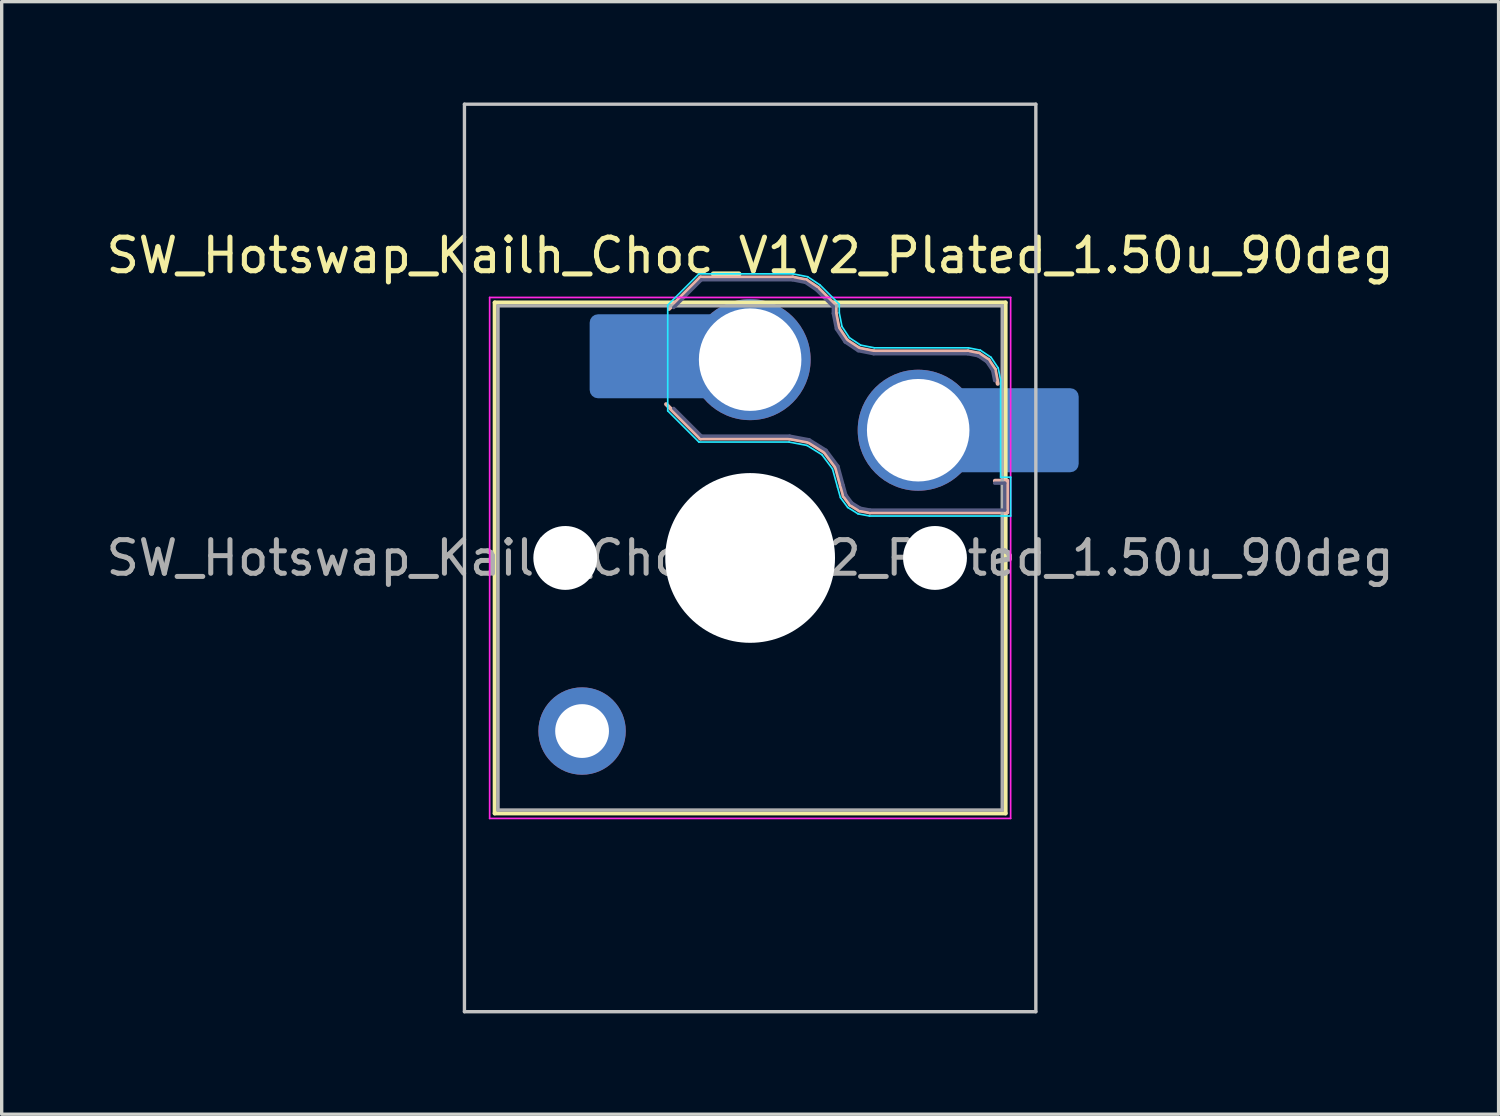
<source format=kicad_pcb>
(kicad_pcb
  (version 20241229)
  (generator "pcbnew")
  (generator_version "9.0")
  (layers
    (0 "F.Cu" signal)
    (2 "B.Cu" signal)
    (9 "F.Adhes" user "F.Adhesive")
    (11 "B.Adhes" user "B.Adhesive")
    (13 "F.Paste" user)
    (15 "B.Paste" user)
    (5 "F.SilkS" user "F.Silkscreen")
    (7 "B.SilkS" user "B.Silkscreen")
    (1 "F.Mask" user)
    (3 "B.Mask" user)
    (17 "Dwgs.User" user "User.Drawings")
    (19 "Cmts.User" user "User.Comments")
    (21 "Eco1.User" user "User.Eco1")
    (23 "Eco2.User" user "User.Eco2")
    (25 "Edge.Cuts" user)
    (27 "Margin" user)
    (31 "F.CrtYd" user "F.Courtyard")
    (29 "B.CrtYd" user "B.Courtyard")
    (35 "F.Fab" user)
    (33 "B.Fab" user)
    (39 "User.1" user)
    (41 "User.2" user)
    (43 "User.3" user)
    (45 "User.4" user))
  (footprint "SW_Hotswap_Kailh_Choc_V1V2_Plated_1.50u_90deg"
    (layer "F.Cu")
    (at 19.268 13.55)
    (property "Reference" "SW_Hotswap_Kailh_Choc_V1V2_Plated_1.50u_90deg" (at 0 -9 0) (layer "F.SilkS") (effects (font (size 1 1) (thickness 0.15))))
    (attr smd)
    (fp_line (start -7.6 -7.6) (end -7.6 7.6) (stroke (width 0.12) (type solid)) (layer "F.SilkS"))
    (fp_line (start -7.6 7.6) (end 7.6 7.6) (stroke (width 0.12) (type solid)) (layer "F.SilkS"))
    (fp_line (start 7.6 -7.6) (end -7.6 -7.6) (stroke (width 0.12) (type solid)) (layer "F.SilkS"))
    (fp_line (start 7.6 7.6) (end 7.6 -7.6) (stroke (width 0.12) (type solid)) (layer "F.SilkS"))
    (fp_line (start -2.416 -7.409) (end -1.479 -8.346) (stroke (width 0.12) (type solid)) (layer "B.SilkS"))
    (fp_line (start -1.479 -8.346) (end 1.268 -8.346) (stroke (width 0.12) (type solid)) (layer "B.SilkS"))
    (fp_line (start -1.479 -3.554) (end -2.5 -4.575) (stroke (width 0.12) (type solid)) (layer "B.SilkS"))
    (fp_line (start 1.168 -3.554) (end -1.479 -3.554) (stroke (width 0.12) (type solid)) (layer "B.SilkS"))
    (fp_line (start 1.268 -8.346) (end 1.671 -8.266) (stroke (width 0.12) (type solid)) (layer "B.SilkS"))
    (fp_line (start 1.671 -8.266) (end 2.013 -8.037) (stroke (width 0.12) (type solid)) (layer "B.SilkS"))
    (fp_line (start 1.73 -3.449) (end 1.168 -3.554) (stroke (width 0.12) (type solid)) (layer "B.SilkS"))
    (fp_line (start 2.013 -8.037) (end 2.546 -7.504) (stroke (width 0.12) (type solid)) (layer "B.SilkS"))
    (fp_line (start 2.209 -3.15) (end 1.73 -3.449) (stroke (width 0.12) (type solid)) (layer "B.SilkS"))
    (fp_line (start 2.546 -7.504) (end 2.546 -7.282) (stroke (width 0.12) (type solid)) (layer "B.SilkS"))
    (fp_line (start 2.546 -7.282) (end 2.633 -6.844) (stroke (width 0.12) (type solid)) (layer "B.SilkS"))
    (fp_line (start 2.547 -2.697) (end 2.209 -3.15) (stroke (width 0.12) (type solid)) (layer "B.SilkS"))
    (fp_line (start 2.633 -6.844) (end 2.877 -6.477) (stroke (width 0.12) (type solid)) (layer "B.SilkS"))
    (fp_line (start 2.701 -2.139) (end 2.547 -2.697) (stroke (width 0.12) (type solid)) (layer "B.SilkS"))
    (fp_line (start 2.783 -1.841) (end 2.701 -2.139) (stroke (width 0.12) (type solid)) (layer "B.SilkS"))
    (fp_line (start 2.877 -6.477) (end 3.244 -6.233) (stroke (width 0.12) (type solid)) (layer "B.SilkS"))
    (fp_line (start 2.976 -1.583) (end 2.783 -1.841) (stroke (width 0.12) (type solid)) (layer "B.SilkS"))
    (fp_line (start 3.244 -6.233) (end 3.682 -6.146) (stroke (width 0.12) (type solid)) (layer "B.SilkS"))
    (fp_line (start 3.25 -1.413) (end 2.976 -1.583) (stroke (width 0.12) (type solid)) (layer "B.SilkS"))
    (fp_line (start 3.56 -1.354) (end 3.25 -1.413) (stroke (width 0.12) (type solid)) (layer "B.SilkS"))
    (fp_line (start 3.682 -6.146) (end 6.482 -6.146) (stroke (width 0.12) (type solid)) (layer "B.SilkS"))
    (fp_line (start 6.482 -6.146) (end 6.809 -6.081) (stroke (width 0.12) (type solid)) (layer "B.SilkS"))
    (fp_line (start 6.809 -6.081) (end 7.092 -5.892) (stroke (width 0.12) (type solid)) (layer "B.SilkS"))
    (fp_line (start 7.092 -5.892) (end 7.281 -5.609) (stroke (width 0.12) (type solid)) (layer "B.SilkS"))
    (fp_line (start 7.281 -5.609) (end 7.366 -5.182) (stroke (width 0.12) (type solid)) (layer "B.SilkS"))
    (fp_line (start 7.283 -2.296) (end 7.646 -2.296) (stroke (width 0.12) (type solid)) (layer "B.SilkS"))
    (fp_line (start 7.646 -2.296) (end 7.646 -1.354) (stroke (width 0.12) (type solid)) (layer "B.SilkS"))
    (fp_line (start 7.646 -1.354) (end 3.56 -1.354) (stroke (width 0.12) (type solid)) (layer "B.SilkS"))
    (fp_line (start -8.5 -13.5) (end 8.5 -13.5) (stroke (width 0.1) (type solid)) (layer "Dwgs.User"))
    (fp_line (start -8.5 13.5) (end -8.5 -13.5) (stroke (width 0.1) (type solid)) (layer "Dwgs.User"))
    (fp_line (start 8.5 -13.5) (end 8.5 13.5) (stroke (width 0.1) (type solid)) (layer "Dwgs.User"))
    (fp_line (start 8.5 13.5) (end -8.5 13.5) (stroke (width 0.1) (type solid)) (layer "Dwgs.User"))
    (fp_line (start -7.25 -7.25) (end -7.25 7.25) (stroke (width 0.1) (type solid)) (layer "Eco1.User"))
    (fp_line (start -7.25 7.25) (end 7.25 7.25) (stroke (width 0.1) (type solid)) (layer "Eco1.User"))
    (fp_line (start 7.25 -7.25) (end -7.25 -7.25) (stroke (width 0.1) (type solid)) (layer "Eco1.User"))
    (fp_line (start 7.25 7.25) (end 7.25 -7.25) (stroke (width 0.1) (type solid)) (layer "Eco1.User"))
    (fp_line (start -2.452 -7.523) (end -1.523 -8.452) (stroke (width 0.05) (type solid)) (layer "B.CrtYd"))
    (fp_line (start -2.452 -4.377) (end -2.452 -7.523) (stroke (width 0.05) (type solid)) (layer "B.CrtYd"))
    (fp_line (start -1.523 -8.452) (end 1.278 -8.452) (stroke (width 0.05) (type solid)) (layer "B.CrtYd"))
    (fp_line (start -1.523 -3.448) (end -2.452 -4.377) (stroke (width 0.05) (type solid)) (layer "B.CrtYd"))
    (fp_line (start 1.159 -3.448) (end -1.523 -3.448) (stroke (width 0.05) (type solid)) (layer "B.CrtYd"))
    (fp_line (start 1.278 -8.452) (end 1.712 -8.366) (stroke (width 0.05) (type solid)) (layer "B.CrtYd"))
    (fp_line (start 1.691 -3.348) (end 1.159 -3.448) (stroke (width 0.05) (type solid)) (layer "B.CrtYd"))
    (fp_line (start 1.712 -8.366) (end 2.081 -8.119) (stroke (width 0.05) (type solid)) (layer "B.CrtYd"))
    (fp_line (start 2.081 -8.119) (end 2.652 -7.548) (stroke (width 0.05) (type solid)) (layer "B.CrtYd"))
    (fp_line (start 2.136 -3.071) (end 1.691 -3.348) (stroke (width 0.05) (type solid)) (layer "B.CrtYd"))
    (fp_line (start 2.45 -2.65) (end 2.136 -3.071) (stroke (width 0.05) (type solid)) (layer "B.CrtYd"))
    (fp_line (start 2.599 -2.111) (end 2.45 -2.65) (stroke (width 0.05) (type solid)) (layer "B.CrtYd"))
    (fp_line (start 2.652 -7.548) (end 2.652 -7.292) (stroke (width 0.05) (type solid)) (layer "B.CrtYd"))
    (fp_line (start 2.652 -7.292) (end 2.733 -6.885) (stroke (width 0.05) (type solid)) (layer "B.CrtYd"))
    (fp_line (start 2.687 -1.794) (end 2.599 -2.111) (stroke (width 0.05) (type solid)) (layer "B.CrtYd"))
    (fp_line (start 2.733 -6.885) (end 2.953 -6.553) (stroke (width 0.05) (type solid)) (layer "B.CrtYd"))
    (fp_line (start 2.903 -1.503) (end 2.687 -1.794) (stroke (width 0.05) (type solid)) (layer "B.CrtYd"))
    (fp_line (start 2.953 -6.553) (end 3.285 -6.333) (stroke (width 0.05) (type solid)) (layer "B.CrtYd"))
    (fp_line (start 3.211 -1.312) (end 2.903 -1.503) (stroke (width 0.05) (type solid)) (layer "B.CrtYd"))
    (fp_line (start 3.285 -6.333) (end 3.692 -6.252) (stroke (width 0.05) (type solid)) (layer "B.CrtYd"))
    (fp_line (start 3.55 -1.248) (end 3.211 -1.312) (stroke (width 0.05) (type solid)) (layer "B.CrtYd"))
    (fp_line (start 3.692 -6.252) (end 6.492 -6.252) (stroke (width 0.05) (type solid)) (layer "B.CrtYd"))
    (fp_line (start 6.492 -6.252) (end 6.85 -6.181) (stroke (width 0.05) (type solid)) (layer "B.CrtYd"))
    (fp_line (start 6.85 -6.181) (end 7.168 -5.968) (stroke (width 0.05) (type solid)) (layer "B.CrtYd"))
    (fp_line (start 7.168 -5.968) (end 7.381 -5.65) (stroke (width 0.05) (type solid)) (layer "B.CrtYd"))
    (fp_line (start 7.381 -5.65) (end 7.452 -5.292) (stroke (width 0.05) (type solid)) (layer "B.CrtYd"))
    (fp_line (start 7.452 -5.292) (end 7.452 -2.402) (stroke (width 0.05) (type solid)) (layer "B.CrtYd"))
    (fp_line (start 7.452 -2.402) (end 7.752 -2.402) (stroke (width 0.05) (type solid)) (layer "B.CrtYd"))
    (fp_line (start 7.752 -2.402) (end 7.752 -1.248) (stroke (width 0.05) (type solid)) (layer "B.CrtYd"))
    (fp_line (start 7.752 -1.248) (end 3.55 -1.248) (stroke (width 0.05) (type solid)) (layer "B.CrtYd"))
    (fp_line (start -7.75 -7.75) (end -7.75 7.75) (stroke (width 0.05) (type solid)) (layer "F.CrtYd"))
    (fp_line (start -7.75 7.75) (end 7.75 7.75) (stroke (width 0.05) (type solid)) (layer "F.CrtYd"))
    (fp_line (start 7.75 -7.75) (end -7.75 -7.75) (stroke (width 0.05) (type solid)) (layer "F.CrtYd"))
    (fp_line (start 7.75 7.75) (end 7.75 -7.75) (stroke (width 0.05) (type solid)) (layer "F.CrtYd"))
    (fp_line (start -2.275 -7.45) (end -1.45 -8.275) (stroke (width 0.1) (type solid)) (layer "B.Fab"))
    (fp_line (start -1.45 -8.275) (end 1.261 -8.275) (stroke (width 0.1) (type solid)) (layer "B.Fab"))
    (fp_line (start -1.45 -3.625) (end -2.275 -4.45) (stroke (width 0.1) (type solid)) (layer "B.Fab"))
    (fp_line (start 1.175 -3.625) (end -1.45 -3.625) (stroke (width 0.1) (type solid)) (layer "B.Fab"))
    (fp_line (start 1.261 -8.275) (end 1.643 -8.199) (stroke (width 0.1) (type solid)) (layer "B.Fab"))
    (fp_line (start 1.643 -8.199) (end 1.968 -7.982) (stroke (width 0.1) (type solid)) (layer "B.Fab"))
    (fp_line (start 1.756 -3.516) (end 1.175 -3.625) (stroke (width 0.1) (type solid)) (layer "B.Fab"))
    (fp_line (start 1.968 -7.982) (end 2.475 -7.475) (stroke (width 0.1) (type solid)) (layer "B.Fab"))
    (fp_line (start 2.258 -3.203) (end 1.756 -3.516) (stroke (width 0.1) (type solid)) (layer "B.Fab"))
    (fp_line (start 2.475 -7.475) (end 2.475 -7.275) (stroke (width 0.1) (type solid)) (layer "B.Fab"))
    (fp_line (start 2.475 -7.275) (end 2.566 -6.816) (stroke (width 0.1) (type solid)) (layer "B.Fab"))
    (fp_line (start 2.566 -6.816) (end 2.826 -6.426) (stroke (width 0.1) (type solid)) (layer "B.Fab"))
    (fp_line (start 2.612 -2.729) (end 2.258 -3.203) (stroke (width 0.1) (type solid)) (layer "B.Fab"))
    (fp_line (start 2.769 -2.158) (end 2.612 -2.729) (stroke (width 0.1) (type solid)) (layer "B.Fab"))
    (fp_line (start 2.826 -6.426) (end 3.216 -6.166) (stroke (width 0.1) (type solid)) (layer "B.Fab"))
    (fp_line (start 2.848 -1.873) (end 2.769 -2.158) (stroke (width 0.1) (type solid)) (layer "B.Fab"))
    (fp_line (start 3.025 -1.636) (end 2.848 -1.873) (stroke (width 0.1) (type solid)) (layer "B.Fab"))
    (fp_line (start 3.216 -6.166) (end 3.675 -6.075) (stroke (width 0.1) (type solid)) (layer "B.Fab"))
    (fp_line (start 3.276 -1.48) (end 3.025 -1.636) (stroke (width 0.1) (type solid)) (layer "B.Fab"))
    (fp_line (start 3.567 -1.425) (end 3.276 -1.48) (stroke (width 0.1) (type solid)) (layer "B.Fab"))
    (fp_line (start 3.675 -6.075) (end 6.475 -6.075) (stroke (width 0.1) (type solid)) (layer "B.Fab"))
    (fp_line (start 6.475 -6.075) (end 6.781 -6.014) (stroke (width 0.1) (type solid)) (layer "B.Fab"))
    (fp_line (start 6.781 -6.014) (end 7.041 -5.841) (stroke (width 0.1) (type solid)) (layer "B.Fab"))
    (fp_line (start 7.041 -5.841) (end 7.214 -5.581) (stroke (width 0.1) (type solid)) (layer "B.Fab"))
    (fp_line (start 7.214 -5.581) (end 7.275 -5.275) (stroke (width 0.1) (type solid)) (layer "B.Fab"))
    (fp_line (start 7.275 -2.225) (end 7.575 -2.225) (stroke (width 0.1) (type solid)) (layer "B.Fab"))
    (fp_line (start 7.575 -2.225) (end 7.575 -1.425) (stroke (width 0.1) (type solid)) (layer "B.Fab"))
    (fp_line (start 7.575 -1.425) (end 3.567 -1.425) (stroke (width 0.1) (type solid)) (layer "B.Fab"))
    (fp_line (start -7.5 -7.5) (end -7.5 7.5) (stroke (width 0.1) (type solid)) (layer "F.Fab"))
    (fp_line (start -7.5 7.5) (end 7.5 7.5) (stroke (width 0.1) (type solid)) (layer "F.Fab"))
    (fp_line (start 7.5 -7.5) (end -7.5 -7.5) (stroke (width 0.1) (type solid)) (layer "F.Fab"))
    (fp_line (start 7.5 7.5) (end 7.5 -7.5) (stroke (width 0.1) (type solid)) (layer "F.Fab"))
    (fp_text user "${REFERENCE}" (at 0 0 0) (layer "F.Fab") (effects (font (size 1 1) (thickness 0.15))))
    (pad "" np_thru_hole circle (at -5.5 0) (size 1.9 1.9) (drill 1.9) (layers "*.Cu" "*.Mask"))
    (pad "" thru_hole circle (at -5 5.15) (size 2.6 2.6) (drill 1.6) (layers "*.Cu" "*.Mask"))
    (pad "" smd roundrect (at -3.5 -6) (size 2.55 2.5) (layers "B.Mask" "B.Paste") (roundrect_rratio 0.1))
    (pad "" np_thru_hole circle (at 0 0) (size 5.05 5.05) (drill 5.05) (layers "*.Cu" "*.Mask"))
    (pad "" np_thru_hole circle (at 5.5 0) (size 1.9 1.9) (drill 1.9) (layers "*.Cu" "*.Mask"))
    (pad "" smd roundrect (at 8.5 -3.8) (size 2.55 2.5) (layers "B.Mask" "B.Paste") (roundrect_rratio 0.1))
    (pad "1" smd roundrect (at -2.85 -6) (size 3.85 2.5) (layers "B.Cu") (roundrect_rratio 0.1))
    (pad "1" thru_hole circle (at 0 -5.9) (size 3.6 3.6) (drill 3.05) (layers "*.Cu" "*.Mask"))
    (pad "2" thru_hole circle (at 5 -3.8) (size 3.6 3.6) (drill 3.05) (layers "*.Cu" "*.Mask"))
    (pad "2" smd roundrect (at 7.85 -3.8) (size 3.85 2.5) (layers "B.Cu") (roundrect_rratio 0.1)))
  (gr_rect
    (start -3 -3)
    (end 41.536 30.1)
    (stroke (width 0.1) (type default))
    (fill no)
    (layer "Edge.Cuts")))
</source>
